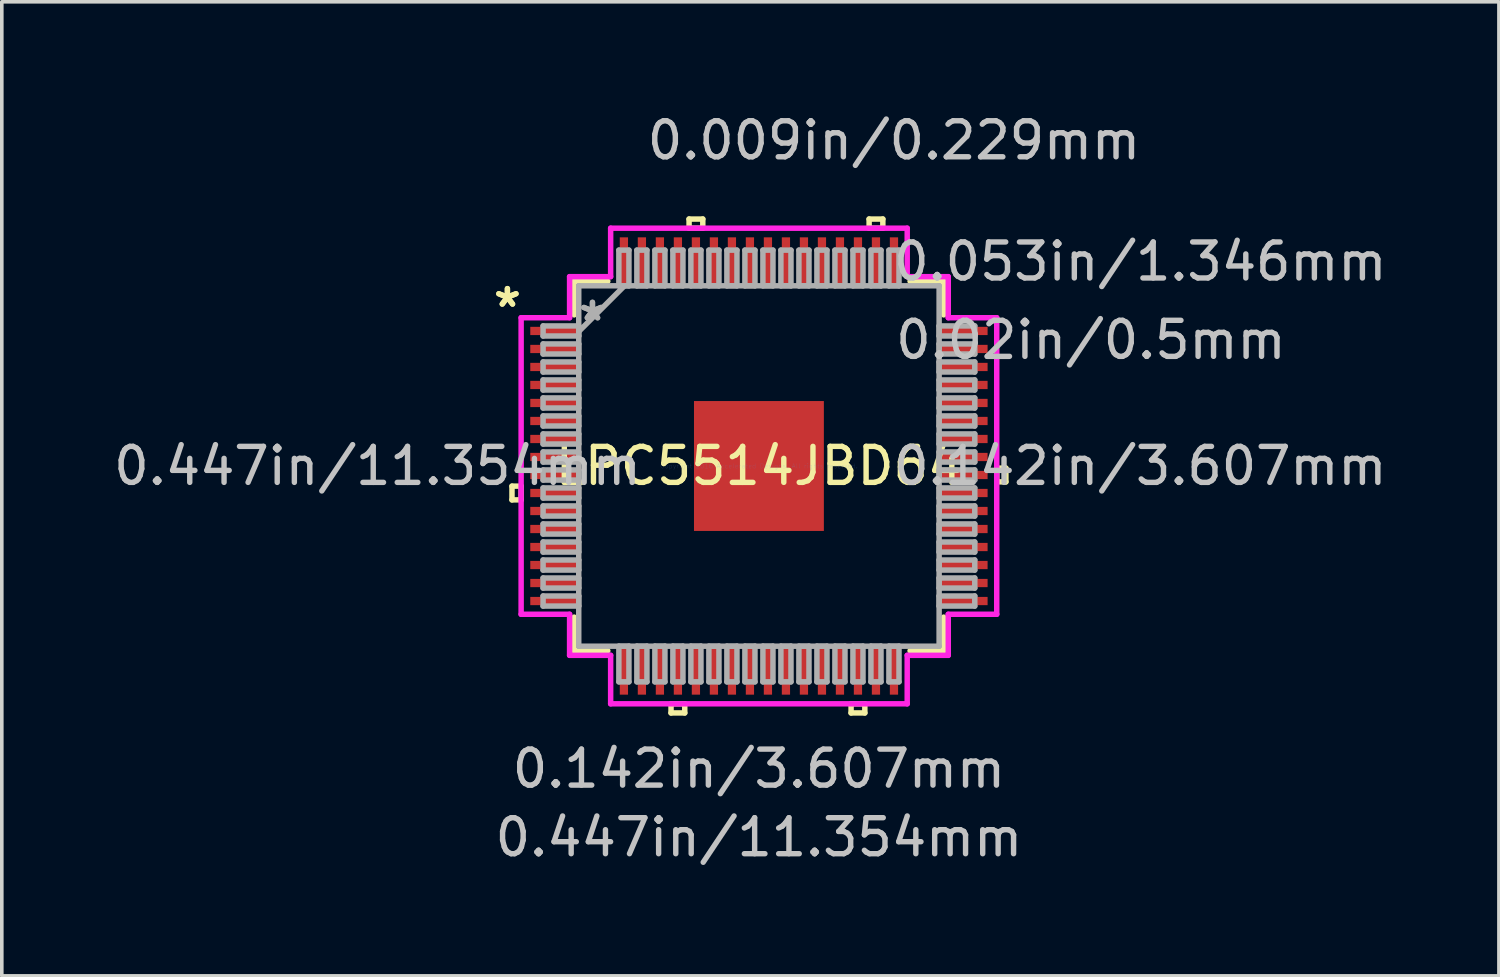
<source format=kicad_pcb>
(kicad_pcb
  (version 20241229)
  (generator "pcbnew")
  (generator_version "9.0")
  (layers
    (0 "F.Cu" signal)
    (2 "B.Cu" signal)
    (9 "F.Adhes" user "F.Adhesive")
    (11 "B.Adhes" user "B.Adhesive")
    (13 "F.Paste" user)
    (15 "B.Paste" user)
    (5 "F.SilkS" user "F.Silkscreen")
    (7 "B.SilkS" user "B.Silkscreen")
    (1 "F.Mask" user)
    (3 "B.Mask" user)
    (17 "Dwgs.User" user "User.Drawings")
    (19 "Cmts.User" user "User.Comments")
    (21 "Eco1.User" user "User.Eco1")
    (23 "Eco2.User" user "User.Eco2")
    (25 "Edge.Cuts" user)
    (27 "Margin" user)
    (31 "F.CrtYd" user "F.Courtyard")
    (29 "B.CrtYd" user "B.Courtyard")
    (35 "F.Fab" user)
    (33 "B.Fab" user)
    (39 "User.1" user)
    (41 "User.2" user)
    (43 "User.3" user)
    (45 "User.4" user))
  (footprint "LPC5514JBD64"
    (layer "F.Cu")
    (at 18.026 9.891)
    (property "Reference" "LPC5514JBD64" (at 0 0 0) (layer "F.SilkS") (effects (font (size 1 1) (thickness 0.15))))
    (attr through_hole)
    (fp_line (start -6.858 0.56) (end -6.858 0.941) (stroke (width 0.152) (type solid)) (layer "F.SilkS"))
    (fp_line (start -6.858 0.941) (end -6.604 0.941) (stroke (width 0.152) (type solid)) (layer "F.SilkS"))
    (fp_line (start -6.604 0.56) (end -6.858 0.56) (stroke (width 0.152) (type solid)) (layer "F.SilkS"))
    (fp_line (start -6.604 0.941) (end -6.604 0.56) (stroke (width 0.152) (type solid)) (layer "F.SilkS"))
    (fp_line (start -5.131 -5.131) (end -5.131 -4.197) (stroke (width 0.152) (type solid)) (layer "F.SilkS"))
    (fp_line (start -5.131 4.197) (end -5.131 5.131) (stroke (width 0.152) (type solid)) (layer "F.SilkS"))
    (fp_line (start -5.131 5.131) (end -4.197 5.131) (stroke (width 0.152) (type solid)) (layer "F.SilkS"))
    (fp_line (start -4.197 -5.131) (end -5.131 -5.131) (stroke (width 0.152) (type solid)) (layer "F.SilkS"))
    (fp_line (start -2.441 6.604) (end -2.441 6.858) (stroke (width 0.152) (type solid)) (layer "F.SilkS"))
    (fp_line (start -2.441 6.858) (end -2.06 6.858) (stroke (width 0.152) (type solid)) (layer "F.SilkS"))
    (fp_line (start -2.06 6.604) (end -2.441 6.604) (stroke (width 0.152) (type solid)) (layer "F.SilkS"))
    (fp_line (start -2.06 6.858) (end -2.06 6.604) (stroke (width 0.152) (type solid)) (layer "F.SilkS"))
    (fp_line (start -1.94 -6.858) (end -1.559 -6.858) (stroke (width 0.152) (type solid)) (layer "F.SilkS"))
    (fp_line (start -1.94 -6.604) (end -1.94 -6.858) (stroke (width 0.152) (type solid)) (layer "F.SilkS"))
    (fp_line (start -1.559 -6.858) (end -1.559 -6.604) (stroke (width 0.152) (type solid)) (layer "F.SilkS"))
    (fp_line (start -1.559 -6.604) (end -1.94 -6.604) (stroke (width 0.152) (type solid)) (layer "F.SilkS"))
    (fp_line (start 2.559 6.604) (end 2.559 6.858) (stroke (width 0.152) (type solid)) (layer "F.SilkS"))
    (fp_line (start 2.559 6.858) (end 2.941 6.858) (stroke (width 0.152) (type solid)) (layer "F.SilkS"))
    (fp_line (start 2.941 6.604) (end 2.559 6.604) (stroke (width 0.152) (type solid)) (layer "F.SilkS"))
    (fp_line (start 2.941 6.858) (end 2.941 6.604) (stroke (width 0.152) (type solid)) (layer "F.SilkS"))
    (fp_line (start 3.06 -6.858) (end 3.441 -6.858) (stroke (width 0.152) (type solid)) (layer "F.SilkS"))
    (fp_line (start 3.06 -6.604) (end 3.06 -6.858) (stroke (width 0.152) (type solid)) (layer "F.SilkS"))
    (fp_line (start 3.441 -6.858) (end 3.441 -6.604) (stroke (width 0.152) (type solid)) (layer "F.SilkS"))
    (fp_line (start 3.441 -6.604) (end 3.06 -6.604) (stroke (width 0.152) (type solid)) (layer "F.SilkS"))
    (fp_line (start 4.197 5.131) (end 5.131 5.131) (stroke (width 0.152) (type solid)) (layer "F.SilkS"))
    (fp_line (start 5.131 -5.131) (end 4.197 -5.131) (stroke (width 0.152) (type solid)) (layer "F.SilkS"))
    (fp_line (start 5.131 -4.197) (end 5.131 -5.131) (stroke (width 0.152) (type solid)) (layer "F.SilkS"))
    (fp_line (start 5.131 5.131) (end 5.131 4.197) (stroke (width 0.152) (type solid)) (layer "F.SilkS"))
    (fp_line (start 6.604 0.059) (end 6.858 0.059) (stroke (width 0.152) (type solid)) (layer "F.SilkS"))
    (fp_line (start 6.604 0.441) (end 6.604 0.059) (stroke (width 0.152) (type solid)) (layer "F.SilkS"))
    (fp_line (start 6.858 0.059) (end 6.858 0.441) (stroke (width 0.152) (type solid)) (layer "F.SilkS"))
    (fp_line (start 6.858 0.441) (end 6.604 0.441) (stroke (width 0.152) (type solid)) (layer "F.SilkS"))
    (fp_line (start -1.703 -1.703) (end -1.703 -0.1) (stroke (width 0.152) (type solid)) (layer "F.Paste"))
    (fp_line (start -1.703 -0.1) (end -0.1 -0.1) (stroke (width 0.152) (type solid)) (layer "F.Paste"))
    (fp_line (start -1.703 0.1) (end -1.703 1.703) (stroke (width 0.152) (type solid)) (layer "F.Paste"))
    (fp_line (start -1.703 1.703) (end -0.1 1.703) (stroke (width 0.152) (type solid)) (layer "F.Paste"))
    (fp_line (start -0.1 -1.703) (end -1.703 -1.703) (stroke (width 0.152) (type solid)) (layer "F.Paste"))
    (fp_line (start -0.1 -0.1) (end -0.1 -1.703) (stroke (width 0.152) (type solid)) (layer "F.Paste"))
    (fp_line (start -0.1 0.1) (end -1.703 0.1) (stroke (width 0.152) (type solid)) (layer "F.Paste"))
    (fp_line (start -0.1 1.703) (end -0.1 0.1) (stroke (width 0.152) (type solid)) (layer "F.Paste"))
    (fp_line (start 0.1 -1.703) (end 0.1 -0.1) (stroke (width 0.152) (type solid)) (layer "F.Paste"))
    (fp_line (start 0.1 -0.1) (end 1.703 -0.1) (stroke (width 0.152) (type solid)) (layer "F.Paste"))
    (fp_line (start 0.1 0.1) (end 0.1 1.703) (stroke (width 0.152) (type solid)) (layer "F.Paste"))
    (fp_line (start 0.1 1.703) (end 1.703 1.703) (stroke (width 0.152) (type solid)) (layer "F.Paste"))
    (fp_line (start 1.703 -1.703) (end 0.1 -1.703) (stroke (width 0.152) (type solid)) (layer "F.Paste"))
    (fp_line (start 1.703 -0.1) (end 1.703 -1.703) (stroke (width 0.152) (type solid)) (layer "F.Paste"))
    (fp_line (start 1.703 0.1) (end 0.1 0.1) (stroke (width 0.152) (type solid)) (layer "F.Paste"))
    (fp_line (start 1.703 1.703) (end 1.703 0.1) (stroke (width 0.152) (type solid)) (layer "F.Paste"))
    (fp_line (start -6.604 -4.118) (end -5.258 -4.118) (stroke (width 0.152) (type solid)) (layer "F.CrtYd"))
    (fp_line (start -6.604 4.118) (end -6.604 -4.118) (stroke (width 0.152) (type solid)) (layer "F.CrtYd"))
    (fp_line (start -5.258 -5.258) (end -4.118 -5.258) (stroke (width 0.152) (type solid)) (layer "F.CrtYd"))
    (fp_line (start -5.258 -4.118) (end -5.258 -5.258) (stroke (width 0.152) (type solid)) (layer "F.CrtYd"))
    (fp_line (start -5.258 4.118) (end -6.604 4.118) (stroke (width 0.152) (type solid)) (layer "F.CrtYd"))
    (fp_line (start -5.258 5.258) (end -5.258 4.118) (stroke (width 0.152) (type solid)) (layer "F.CrtYd"))
    (fp_line (start -4.118 -6.604) (end 4.118 -6.604) (stroke (width 0.152) (type solid)) (layer "F.CrtYd"))
    (fp_line (start -4.118 -5.258) (end -4.118 -6.604) (stroke (width 0.152) (type solid)) (layer "F.CrtYd"))
    (fp_line (start -4.118 5.258) (end -5.258 5.258) (stroke (width 0.152) (type solid)) (layer "F.CrtYd"))
    (fp_line (start -4.118 6.604) (end -4.118 5.258) (stroke (width 0.152) (type solid)) (layer "F.CrtYd"))
    (fp_line (start 4.118 -6.604) (end 4.118 -5.258) (stroke (width 0.152) (type solid)) (layer "F.CrtYd"))
    (fp_line (start 4.118 -5.258) (end 5.258 -5.258) (stroke (width 0.152) (type solid)) (layer "F.CrtYd"))
    (fp_line (start 4.118 5.258) (end 4.118 6.604) (stroke (width 0.152) (type solid)) (layer "F.CrtYd"))
    (fp_line (start 4.118 6.604) (end -4.118 6.604) (stroke (width 0.152) (type solid)) (layer "F.CrtYd"))
    (fp_line (start 5.258 -5.258) (end 5.258 -4.118) (stroke (width 0.152) (type solid)) (layer "F.CrtYd"))
    (fp_line (start 5.258 -4.118) (end 6.604 -4.118) (stroke (width 0.152) (type solid)) (layer "F.CrtYd"))
    (fp_line (start 5.258 4.118) (end 5.258 5.258) (stroke (width 0.152) (type solid)) (layer "F.CrtYd"))
    (fp_line (start 5.258 5.258) (end 4.118 5.258) (stroke (width 0.152) (type solid)) (layer "F.CrtYd"))
    (fp_line (start 6.604 -4.118) (end 6.604 4.118) (stroke (width 0.152) (type solid)) (layer "F.CrtYd"))
    (fp_line (start 6.604 4.118) (end 5.258 4.118) (stroke (width 0.152) (type solid)) (layer "F.CrtYd"))
    (fp_line (start -5.994 -3.89) (end -5.994 -3.61) (stroke (width 0.152) (type solid)) (layer "F.Fab"))
    (fp_line (start -5.994 -3.61) (end -5.004 -3.61) (stroke (width 0.152) (type solid)) (layer "F.Fab"))
    (fp_line (start -5.994 -3.39) (end -5.994 -3.11) (stroke (width 0.152) (type solid)) (layer "F.Fab"))
    (fp_line (start -5.994 -3.11) (end -5.004 -3.11) (stroke (width 0.152) (type solid)) (layer "F.Fab"))
    (fp_line (start -5.994 -2.89) (end -5.994 -2.61) (stroke (width 0.152) (type solid)) (layer "F.Fab"))
    (fp_line (start -5.994 -2.61) (end -5.004 -2.61) (stroke (width 0.152) (type solid)) (layer "F.Fab"))
    (fp_line (start -5.994 -2.39) (end -5.994 -2.11) (stroke (width 0.152) (type solid)) (layer "F.Fab"))
    (fp_line (start -5.994 -2.11) (end -5.004 -2.11) (stroke (width 0.152) (type solid)) (layer "F.Fab"))
    (fp_line (start -5.994 -1.89) (end -5.994 -1.61) (stroke (width 0.152) (type solid)) (layer "F.Fab"))
    (fp_line (start -5.994 -1.61) (end -5.004 -1.61) (stroke (width 0.152) (type solid)) (layer "F.Fab"))
    (fp_line (start -5.994 -1.39) (end -5.994 -1.11) (stroke (width 0.152) (type solid)) (layer "F.Fab"))
    (fp_line (start -5.994 -1.11) (end -5.004 -1.11) (stroke (width 0.152) (type solid)) (layer "F.Fab"))
    (fp_line (start -5.994 -0.89) (end -5.994 -0.61) (stroke (width 0.152) (type solid)) (layer "F.Fab"))
    (fp_line (start -5.994 -0.61) (end -5.004 -0.61) (stroke (width 0.152) (type solid)) (layer "F.Fab"))
    (fp_line (start -5.994 -0.39) (end -5.994 -0.11) (stroke (width 0.152) (type solid)) (layer "F.Fab"))
    (fp_line (start -5.994 -0.11) (end -5.004 -0.11) (stroke (width 0.152) (type solid)) (layer "F.Fab"))
    (fp_line (start -5.994 0.11) (end -5.994 0.39) (stroke (width 0.152) (type solid)) (layer "F.Fab"))
    (fp_line (start -5.994 0.39) (end -5.004 0.39) (stroke (width 0.152) (type solid)) (layer "F.Fab"))
    (fp_line (start -5.994 0.61) (end -5.994 0.89) (stroke (width 0.152) (type solid)) (layer "F.Fab"))
    (fp_line (start -5.994 0.89) (end -5.004 0.89) (stroke (width 0.152) (type solid)) (layer "F.Fab"))
    (fp_line (start -5.994 1.11) (end -5.994 1.39) (stroke (width 0.152) (type solid)) (layer "F.Fab"))
    (fp_line (start -5.994 1.39) (end -5.004 1.39) (stroke (width 0.152) (type solid)) (layer "F.Fab"))
    (fp_line (start -5.994 1.61) (end -5.994 1.89) (stroke (width 0.152) (type solid)) (layer "F.Fab"))
    (fp_line (start -5.994 1.89) (end -5.004 1.89) (stroke (width 0.152) (type solid)) (layer "F.Fab"))
    (fp_line (start -5.994 2.11) (end -5.994 2.39) (stroke (width 0.152) (type solid)) (layer "F.Fab"))
    (fp_line (start -5.994 2.39) (end -5.004 2.39) (stroke (width 0.152) (type solid)) (layer "F.Fab"))
    (fp_line (start -5.994 2.61) (end -5.994 2.89) (stroke (width 0.152) (type solid)) (layer "F.Fab"))
    (fp_line (start -5.994 2.89) (end -5.004 2.89) (stroke (width 0.152) (type solid)) (layer "F.Fab"))
    (fp_line (start -5.994 3.11) (end -5.994 3.39) (stroke (width 0.152) (type solid)) (layer "F.Fab"))
    (fp_line (start -5.994 3.39) (end -5.004 3.39) (stroke (width 0.152) (type solid)) (layer "F.Fab"))
    (fp_line (start -5.994 3.61) (end -5.994 3.89) (stroke (width 0.152) (type solid)) (layer "F.Fab"))
    (fp_line (start -5.994 3.89) (end -5.004 3.89) (stroke (width 0.152) (type solid)) (layer "F.Fab"))
    (fp_line (start -5.004 -5.004) (end -5.004 -5.004) (stroke (width 0.152) (type solid)) (layer "F.Fab"))
    (fp_line (start -5.004 -5.004) (end -5.004 5.004) (stroke (width 0.152) (type solid)) (layer "F.Fab"))
    (fp_line (start -5.004 -3.89) (end -5.994 -3.89) (stroke (width 0.152) (type solid)) (layer "F.Fab"))
    (fp_line (start -5.004 -3.734) (end -3.734 -5.004) (stroke (width 0.152) (type solid)) (layer "F.Fab"))
    (fp_line (start -5.004 -3.61) (end -5.004 -3.89) (stroke (width 0.152) (type solid)) (layer "F.Fab"))
    (fp_line (start -5.004 -3.39) (end -5.994 -3.39) (stroke (width 0.152) (type solid)) (layer "F.Fab"))
    (fp_line (start -5.004 -3.11) (end -5.004 -3.39) (stroke (width 0.152) (type solid)) (layer "F.Fab"))
    (fp_line (start -5.004 -2.89) (end -5.994 -2.89) (stroke (width 0.152) (type solid)) (layer "F.Fab"))
    (fp_line (start -5.004 -2.61) (end -5.004 -2.89) (stroke (width 0.152) (type solid)) (layer "F.Fab"))
    (fp_line (start -5.004 -2.39) (end -5.994 -2.39) (stroke (width 0.152) (type solid)) (layer "F.Fab"))
    (fp_line (start -5.004 -2.11) (end -5.004 -2.39) (stroke (width 0.152) (type solid)) (layer "F.Fab"))
    (fp_line (start -5.004 -1.89) (end -5.994 -1.89) (stroke (width 0.152) (type solid)) (layer "F.Fab"))
    (fp_line (start -5.004 -1.61) (end -5.004 -1.89) (stroke (width 0.152) (type solid)) (layer "F.Fab"))
    (fp_line (start -5.004 -1.39) (end -5.994 -1.39) (stroke (width 0.152) (type solid)) (layer "F.Fab"))
    (fp_line (start -5.004 -1.11) (end -5.004 -1.39) (stroke (width 0.152) (type solid)) (layer "F.Fab"))
    (fp_line (start -5.004 -0.89) (end -5.994 -0.89) (stroke (width 0.152) (type solid)) (layer "F.Fab"))
    (fp_line (start -5.004 -0.61) (end -5.004 -0.89) (stroke (width 0.152) (type solid)) (layer "F.Fab"))
    (fp_line (start -5.004 -0.39) (end -5.994 -0.39) (stroke (width 0.152) (type solid)) (layer "F.Fab"))
    (fp_line (start -5.004 -0.11) (end -5.004 -0.39) (stroke (width 0.152) (type solid)) (layer "F.Fab"))
    (fp_line (start -5.004 0.11) (end -5.994 0.11) (stroke (width 0.152) (type solid)) (layer "F.Fab"))
    (fp_line (start -5.004 0.39) (end -5.004 0.11) (stroke (width 0.152) (type solid)) (layer "F.Fab"))
    (fp_line (start -5.004 0.61) (end -5.994 0.61) (stroke (width 0.152) (type solid)) (layer "F.Fab"))
    (fp_line (start -5.004 0.89) (end -5.004 0.61) (stroke (width 0.152) (type solid)) (layer "F.Fab"))
    (fp_line (start -5.004 1.11) (end -5.994 1.11) (stroke (width 0.152) (type solid)) (layer "F.Fab"))
    (fp_line (start -5.004 1.39) (end -5.004 1.11) (stroke (width 0.152) (type solid)) (layer "F.Fab"))
    (fp_line (start -5.004 1.61) (end -5.994 1.61) (stroke (width 0.152) (type solid)) (layer "F.Fab"))
    (fp_line (start -5.004 1.89) (end -5.004 1.61) (stroke (width 0.152) (type solid)) (layer "F.Fab"))
    (fp_line (start -5.004 2.11) (end -5.994 2.11) (stroke (width 0.152) (type solid)) (layer "F.Fab"))
    (fp_line (start -5.004 2.39) (end -5.004 2.11) (stroke (width 0.152) (type solid)) (layer "F.Fab"))
    (fp_line (start -5.004 2.61) (end -5.994 2.61) (stroke (width 0.152) (type solid)) (layer "F.Fab"))
    (fp_line (start -5.004 2.89) (end -5.004 2.61) (stroke (width 0.152) (type solid)) (layer "F.Fab"))
    (fp_line (start -5.004 3.11) (end -5.994 3.11) (stroke (width 0.152) (type solid)) (layer "F.Fab"))
    (fp_line (start -5.004 3.39) (end -5.004 3.11) (stroke (width 0.152) (type solid)) (layer "F.Fab"))
    (fp_line (start -5.004 3.61) (end -5.994 3.61) (stroke (width 0.152) (type solid)) (layer "F.Fab"))
    (fp_line (start -5.004 3.89) (end -5.004 3.61) (stroke (width 0.152) (type solid)) (layer "F.Fab"))
    (fp_line (start -5.004 5.004) (end -5.004 5.004) (stroke (width 0.152) (type solid)) (layer "F.Fab"))
    (fp_line (start -5.004 5.004) (end 5.004 5.004) (stroke (width 0.152) (type solid)) (layer "F.Fab"))
    (fp_line (start -3.89 -5.994) (end -3.89 -5.004) (stroke (width 0.152) (type solid)) (layer "F.Fab"))
    (fp_line (start -3.89 -5.004) (end -3.61 -5.004) (stroke (width 0.152) (type solid)) (layer "F.Fab"))
    (fp_line (start -3.89 5.004) (end -3.89 5.994) (stroke (width 0.152) (type solid)) (layer "F.Fab"))
    (fp_line (start -3.89 5.994) (end -3.61 5.994) (stroke (width 0.152) (type solid)) (layer "F.Fab"))
    (fp_line (start -3.61 -5.994) (end -3.89 -5.994) (stroke (width 0.152) (type solid)) (layer "F.Fab"))
    (fp_line (start -3.61 -5.004) (end -3.61 -5.994) (stroke (width 0.152) (type solid)) (layer "F.Fab"))
    (fp_line (start -3.61 5.004) (end -3.89 5.004) (stroke (width 0.152) (type solid)) (layer "F.Fab"))
    (fp_line (start -3.61 5.994) (end -3.61 5.004) (stroke (width 0.152) (type solid)) (layer "F.Fab"))
    (fp_line (start -3.39 -5.994) (end -3.39 -5.004) (stroke (width 0.152) (type solid)) (layer "F.Fab"))
    (fp_line (start -3.39 -5.004) (end -3.11 -5.004) (stroke (width 0.152) (type solid)) (layer "F.Fab"))
    (fp_line (start -3.39 5.004) (end -3.39 5.994) (stroke (width 0.152) (type solid)) (layer "F.Fab"))
    (fp_line (start -3.39 5.994) (end -3.11 5.994) (stroke (width 0.152) (type solid)) (layer "F.Fab"))
    (fp_line (start -3.11 -5.994) (end -3.39 -5.994) (stroke (width 0.152) (type solid)) (layer "F.Fab"))
    (fp_line (start -3.11 -5.004) (end -3.11 -5.994) (stroke (width 0.152) (type solid)) (layer "F.Fab"))
    (fp_line (start -3.11 5.004) (end -3.39 5.004) (stroke (width 0.152) (type solid)) (layer "F.Fab"))
    (fp_line (start -3.11 5.994) (end -3.11 5.004) (stroke (width 0.152) (type solid)) (layer "F.Fab"))
    (fp_line (start -2.89 -5.994) (end -2.89 -5.004) (stroke (width 0.152) (type solid)) (layer "F.Fab"))
    (fp_line (start -2.89 -5.004) (end -2.61 -5.004) (stroke (width 0.152) (type solid)) (layer "F.Fab"))
    (fp_line (start -2.89 5.004) (end -2.89 5.994) (stroke (width 0.152) (type solid)) (layer "F.Fab"))
    (fp_line (start -2.89 5.994) (end -2.61 5.994) (stroke (width 0.152) (type solid)) (layer "F.Fab"))
    (fp_line (start -2.61 -5.994) (end -2.89 -5.994) (stroke (width 0.152) (type solid)) (layer "F.Fab"))
    (fp_line (start -2.61 -5.004) (end -2.61 -5.994) (stroke (width 0.152) (type solid)) (layer "F.Fab"))
    (fp_line (start -2.61 5.004) (end -2.89 5.004) (stroke (width 0.152) (type solid)) (layer "F.Fab"))
    (fp_line (start -2.61 5.994) (end -2.61 5.004) (stroke (width 0.152) (type solid)) (layer "F.Fab"))
    (fp_line (start -2.39 -5.994) (end -2.39 -5.004) (stroke (width 0.152) (type solid)) (layer "F.Fab"))
    (fp_line (start -2.39 -5.004) (end -2.11 -5.004) (stroke (width 0.152) (type solid)) (layer "F.Fab"))
    (fp_line (start -2.39 5.004) (end -2.39 5.994) (stroke (width 0.152) (type solid)) (layer "F.Fab"))
    (fp_line (start -2.39 5.994) (end -2.11 5.994) (stroke (width 0.152) (type solid)) (layer "F.Fab"))
    (fp_line (start -2.11 -5.994) (end -2.39 -5.994) (stroke (width 0.152) (type solid)) (layer "F.Fab"))
    (fp_line (start -2.11 -5.004) (end -2.11 -5.994) (stroke (width 0.152) (type solid)) (layer "F.Fab"))
    (fp_line (start -2.11 5.004) (end -2.39 5.004) (stroke (width 0.152) (type solid)) (layer "F.Fab"))
    (fp_line (start -2.11 5.994) (end -2.11 5.004) (stroke (width 0.152) (type solid)) (layer "F.Fab"))
    (fp_line (start -1.89 -5.994) (end -1.89 -5.004) (stroke (width 0.152) (type solid)) (layer "F.Fab"))
    (fp_line (start -1.89 -5.004) (end -1.61 -5.004) (stroke (width 0.152) (type solid)) (layer "F.Fab"))
    (fp_line (start -1.89 5.004) (end -1.89 5.994) (stroke (width 0.152) (type solid)) (layer "F.Fab"))
    (fp_line (start -1.89 5.994) (end -1.61 5.994) (stroke (width 0.152) (type solid)) (layer "F.Fab"))
    (fp_line (start -1.61 -5.994) (end -1.89 -5.994) (stroke (width 0.152) (type solid)) (layer "F.Fab"))
    (fp_line (start -1.61 -5.004) (end -1.61 -5.994) (stroke (width 0.152) (type solid)) (layer "F.Fab"))
    (fp_line (start -1.61 5.004) (end -1.89 5.004) (stroke (width 0.152) (type solid)) (layer "F.Fab"))
    (fp_line (start -1.61 5.994) (end -1.61 5.004) (stroke (width 0.152) (type solid)) (layer "F.Fab"))
    (fp_line (start -1.39 -5.994) (end -1.39 -5.004) (stroke (width 0.152) (type solid)) (layer "F.Fab"))
    (fp_line (start -1.39 -5.004) (end -1.11 -5.004) (stroke (width 0.152) (type solid)) (layer "F.Fab"))
    (fp_line (start -1.39 5.004) (end -1.39 5.994) (stroke (width 0.152) (type solid)) (layer "F.Fab"))
    (fp_line (start -1.39 5.994) (end -1.11 5.994) (stroke (width 0.152) (type solid)) (layer "F.Fab"))
    (fp_line (start -1.11 -5.994) (end -1.39 -5.994) (stroke (width 0.152) (type solid)) (layer "F.Fab"))
    (fp_line (start -1.11 -5.004) (end -1.11 -5.994) (stroke (width 0.152) (type solid)) (layer "F.Fab"))
    (fp_line (start -1.11 5.004) (end -1.39 5.004) (stroke (width 0.152) (type solid)) (layer "F.Fab"))
    (fp_line (start -1.11 5.994) (end -1.11 5.004) (stroke (width 0.152) (type solid)) (layer "F.Fab"))
    (fp_line (start -0.89 -5.994) (end -0.89 -5.004) (stroke (width 0.152) (type solid)) (layer "F.Fab"))
    (fp_line (start -0.89 -5.004) (end -0.61 -5.004) (stroke (width 0.152) (type solid)) (layer "F.Fab"))
    (fp_line (start -0.89 5.004) (end -0.89 5.994) (stroke (width 0.152) (type solid)) (layer "F.Fab"))
    (fp_line (start -0.89 5.994) (end -0.61 5.994) (stroke (width 0.152) (type solid)) (layer "F.Fab"))
    (fp_line (start -0.61 -5.994) (end -0.89 -5.994) (stroke (width 0.152) (type solid)) (layer "F.Fab"))
    (fp_line (start -0.61 -5.004) (end -0.61 -5.994) (stroke (width 0.152) (type solid)) (layer "F.Fab"))
    (fp_line (start -0.61 5.004) (end -0.89 5.004) (stroke (width 0.152) (type solid)) (layer "F.Fab"))
    (fp_line (start -0.61 5.994) (end -0.61 5.004) (stroke (width 0.152) (type solid)) (layer "F.Fab"))
    (fp_line (start -0.39 -5.994) (end -0.39 -5.004) (stroke (width 0.152) (type solid)) (layer "F.Fab"))
    (fp_line (start -0.39 -5.004) (end -0.11 -5.004) (stroke (width 0.152) (type solid)) (layer "F.Fab"))
    (fp_line (start -0.39 5.004) (end -0.39 5.994) (stroke (width 0.152) (type solid)) (layer "F.Fab"))
    (fp_line (start -0.39 5.994) (end -0.11 5.994) (stroke (width 0.152) (type solid)) (layer "F.Fab"))
    (fp_line (start -0.11 -5.994) (end -0.39 -5.994) (stroke (width 0.152) (type solid)) (layer "F.Fab"))
    (fp_line (start -0.11 -5.004) (end -0.11 -5.994) (stroke (width 0.152) (type solid)) (layer "F.Fab"))
    (fp_line (start -0.11 5.004) (end -0.39 5.004) (stroke (width 0.152) (type solid)) (layer "F.Fab"))
    (fp_line (start -0.11 5.994) (end -0.11 5.004) (stroke (width 0.152) (type solid)) (layer "F.Fab"))
    (fp_line (start 0.11 -5.994) (end 0.11 -5.004) (stroke (width 0.152) (type solid)) (layer "F.Fab"))
    (fp_line (start 0.11 -5.004) (end 0.39 -5.004) (stroke (width 0.152) (type solid)) (layer "F.Fab"))
    (fp_line (start 0.11 5.004) (end 0.11 5.994) (stroke (width 0.152) (type solid)) (layer "F.Fab"))
    (fp_line (start 0.11 5.994) (end 0.39 5.994) (stroke (width 0.152) (type solid)) (layer "F.Fab"))
    (fp_line (start 0.39 -5.994) (end 0.11 -5.994) (stroke (width 0.152) (type solid)) (layer "F.Fab"))
    (fp_line (start 0.39 -5.004) (end 0.39 -5.994) (stroke (width 0.152) (type solid)) (layer "F.Fab"))
    (fp_line (start 0.39 5.004) (end 0.11 5.004) (stroke (width 0.152) (type solid)) (layer "F.Fab"))
    (fp_line (start 0.39 5.994) (end 0.39 5.004) (stroke (width 0.152) (type solid)) (layer "F.Fab"))
    (fp_line (start 0.61 -5.994) (end 0.61 -5.004) (stroke (width 0.152) (type solid)) (layer "F.Fab"))
    (fp_line (start 0.61 -5.004) (end 0.89 -5.004) (stroke (width 0.152) (type solid)) (layer "F.Fab"))
    (fp_line (start 0.61 5.004) (end 0.61 5.994) (stroke (width 0.152) (type solid)) (layer "F.Fab"))
    (fp_line (start 0.61 5.994) (end 0.89 5.994) (stroke (width 0.152) (type solid)) (layer "F.Fab"))
    (fp_line (start 0.89 -5.994) (end 0.61 -5.994) (stroke (width 0.152) (type solid)) (layer "F.Fab"))
    (fp_line (start 0.89 -5.004) (end 0.89 -5.994) (stroke (width 0.152) (type solid)) (layer "F.Fab"))
    (fp_line (start 0.89 5.004) (end 0.61 5.004) (stroke (width 0.152) (type solid)) (layer "F.Fab"))
    (fp_line (start 0.89 5.994) (end 0.89 5.004) (stroke (width 0.152) (type solid)) (layer "F.Fab"))
    (fp_line (start 1.11 -5.994) (end 1.11 -5.004) (stroke (width 0.152) (type solid)) (layer "F.Fab"))
    (fp_line (start 1.11 -5.004) (end 1.39 -5.004) (stroke (width 0.152) (type solid)) (layer "F.Fab"))
    (fp_line (start 1.11 5.004) (end 1.11 5.994) (stroke (width 0.152) (type solid)) (layer "F.Fab"))
    (fp_line (start 1.11 5.994) (end 1.39 5.994) (stroke (width 0.152) (type solid)) (layer "F.Fab"))
    (fp_line (start 1.39 -5.994) (end 1.11 -5.994) (stroke (width 0.152) (type solid)) (layer "F.Fab"))
    (fp_line (start 1.39 -5.004) (end 1.39 -5.994) (stroke (width 0.152) (type solid)) (layer "F.Fab"))
    (fp_line (start 1.39 5.004) (end 1.11 5.004) (stroke (width 0.152) (type solid)) (layer "F.Fab"))
    (fp_line (start 1.39 5.994) (end 1.39 5.004) (stroke (width 0.152) (type solid)) (layer "F.Fab"))
    (fp_line (start 1.61 -5.994) (end 1.61 -5.004) (stroke (width 0.152) (type solid)) (layer "F.Fab"))
    (fp_line (start 1.61 -5.004) (end 1.89 -5.004) (stroke (width 0.152) (type solid)) (layer "F.Fab"))
    (fp_line (start 1.61 5.004) (end 1.61 5.994) (stroke (width 0.152) (type solid)) (layer "F.Fab"))
    (fp_line (start 1.61 5.994) (end 1.89 5.994) (stroke (width 0.152) (type solid)) (layer "F.Fab"))
    (fp_line (start 1.89 -5.994) (end 1.61 -5.994) (stroke (width 0.152) (type solid)) (layer "F.Fab"))
    (fp_line (start 1.89 -5.004) (end 1.89 -5.994) (stroke (width 0.152) (type solid)) (layer "F.Fab"))
    (fp_line (start 1.89 5.004) (end 1.61 5.004) (stroke (width 0.152) (type solid)) (layer "F.Fab"))
    (fp_line (start 1.89 5.994) (end 1.89 5.004) (stroke (width 0.152) (type solid)) (layer "F.Fab"))
    (fp_line (start 2.11 -5.994) (end 2.11 -5.004) (stroke (width 0.152) (type solid)) (layer "F.Fab"))
    (fp_line (start 2.11 -5.004) (end 2.39 -5.004) (stroke (width 0.152) (type solid)) (layer "F.Fab"))
    (fp_line (start 2.11 5.004) (end 2.11 5.994) (stroke (width 0.152) (type solid)) (layer "F.Fab"))
    (fp_line (start 2.11 5.994) (end 2.39 5.994) (stroke (width 0.152) (type solid)) (layer "F.Fab"))
    (fp_line (start 2.39 -5.994) (end 2.11 -5.994) (stroke (width 0.152) (type solid)) (layer "F.Fab"))
    (fp_line (start 2.39 -5.004) (end 2.39 -5.994) (stroke (width 0.152) (type solid)) (layer "F.Fab"))
    (fp_line (start 2.39 5.004) (end 2.11 5.004) (stroke (width 0.152) (type solid)) (layer "F.Fab"))
    (fp_line (start 2.39 5.994) (end 2.39 5.004) (stroke (width 0.152) (type solid)) (layer "F.Fab"))
    (fp_line (start 2.61 -5.994) (end 2.61 -5.004) (stroke (width 0.152) (type solid)) (layer "F.Fab"))
    (fp_line (start 2.61 -5.004) (end 2.89 -5.004) (stroke (width 0.152) (type solid)) (layer "F.Fab"))
    (fp_line (start 2.61 5.004) (end 2.61 5.994) (stroke (width 0.152) (type solid)) (layer "F.Fab"))
    (fp_line (start 2.61 5.994) (end 2.89 5.994) (stroke (width 0.152) (type solid)) (layer "F.Fab"))
    (fp_line (start 2.89 -5.994) (end 2.61 -5.994) (stroke (width 0.152) (type solid)) (layer "F.Fab"))
    (fp_line (start 2.89 -5.004) (end 2.89 -5.994) (stroke (width 0.152) (type solid)) (layer "F.Fab"))
    (fp_line (start 2.89 5.004) (end 2.61 5.004) (stroke (width 0.152) (type solid)) (layer "F.Fab"))
    (fp_line (start 2.89 5.994) (end 2.89 5.004) (stroke (width 0.152) (type solid)) (layer "F.Fab"))
    (fp_line (start 3.11 -5.994) (end 3.11 -5.004) (stroke (width 0.152) (type solid)) (layer "F.Fab"))
    (fp_line (start 3.11 -5.004) (end 3.39 -5.004) (stroke (width 0.152) (type solid)) (layer "F.Fab"))
    (fp_line (start 3.11 5.004) (end 3.11 5.994) (stroke (width 0.152) (type solid)) (layer "F.Fab"))
    (fp_line (start 3.11 5.994) (end 3.39 5.994) (stroke (width 0.152) (type solid)) (layer "F.Fab"))
    (fp_line (start 3.39 -5.994) (end 3.11 -5.994) (stroke (width 0.152) (type solid)) (layer "F.Fab"))
    (fp_line (start 3.39 -5.004) (end 3.39 -5.994) (stroke (width 0.152) (type solid)) (layer "F.Fab"))
    (fp_line (start 3.39 5.004) (end 3.11 5.004) (stroke (width 0.152) (type solid)) (layer "F.Fab"))
    (fp_line (start 3.39 5.994) (end 3.39 5.004) (stroke (width 0.152) (type solid)) (layer "F.Fab"))
    (fp_line (start 3.61 -5.994) (end 3.61 -5.004) (stroke (width 0.152) (type solid)) (layer "F.Fab"))
    (fp_line (start 3.61 -5.004) (end 3.89 -5.004) (stroke (width 0.152) (type solid)) (layer "F.Fab"))
    (fp_line (start 3.61 5.004) (end 3.61 5.994) (stroke (width 0.152) (type solid)) (layer "F.Fab"))
    (fp_line (start 3.61 5.994) (end 3.89 5.994) (stroke (width 0.152) (type solid)) (layer "F.Fab"))
    (fp_line (start 3.89 -5.994) (end 3.61 -5.994) (stroke (width 0.152) (type solid)) (layer "F.Fab"))
    (fp_line (start 3.89 -5.004) (end 3.89 -5.994) (stroke (width 0.152) (type solid)) (layer "F.Fab"))
    (fp_line (start 3.89 5.004) (end 3.61 5.004) (stroke (width 0.152) (type solid)) (layer "F.Fab"))
    (fp_line (start 3.89 5.994) (end 3.89 5.004) (stroke (width 0.152) (type solid)) (layer "F.Fab"))
    (fp_line (start 5.004 -5.004) (end -5.004 -5.004) (stroke (width 0.152) (type solid)) (layer "F.Fab"))
    (fp_line (start 5.004 -5.004) (end 5.004 -5.004) (stroke (width 0.152) (type solid)) (layer "F.Fab"))
    (fp_line (start 5.004 -3.89) (end 5.004 -3.61) (stroke (width 0.152) (type solid)) (layer "F.Fab"))
    (fp_line (start 5.004 -3.61) (end 5.994 -3.61) (stroke (width 0.152) (type solid)) (layer "F.Fab"))
    (fp_line (start 5.004 -3.39) (end 5.004 -3.11) (stroke (width 0.152) (type solid)) (layer "F.Fab"))
    (fp_line (start 5.004 -3.11) (end 5.994 -3.11) (stroke (width 0.152) (type solid)) (layer "F.Fab"))
    (fp_line (start 5.004 -2.89) (end 5.004 -2.61) (stroke (width 0.152) (type solid)) (layer "F.Fab"))
    (fp_line (start 5.004 -2.61) (end 5.994 -2.61) (stroke (width 0.152) (type solid)) (layer "F.Fab"))
    (fp_line (start 5.004 -2.39) (end 5.004 -2.11) (stroke (width 0.152) (type solid)) (layer "F.Fab"))
    (fp_line (start 5.004 -2.11) (end 5.994 -2.11) (stroke (width 0.152) (type solid)) (layer "F.Fab"))
    (fp_line (start 5.004 -1.89) (end 5.004 -1.61) (stroke (width 0.152) (type solid)) (layer "F.Fab"))
    (fp_line (start 5.004 -1.61) (end 5.994 -1.61) (stroke (width 0.152) (type solid)) (layer "F.Fab"))
    (fp_line (start 5.004 -1.39) (end 5.004 -1.11) (stroke (width 0.152) (type solid)) (layer "F.Fab"))
    (fp_line (start 5.004 -1.11) (end 5.994 -1.11) (stroke (width 0.152) (type solid)) (layer "F.Fab"))
    (fp_line (start 5.004 -0.89) (end 5.004 -0.61) (stroke (width 0.152) (type solid)) (layer "F.Fab"))
    (fp_line (start 5.004 -0.61) (end 5.994 -0.61) (stroke (width 0.152) (type solid)) (layer "F.Fab"))
    (fp_line (start 5.004 -0.39) (end 5.004 -0.11) (stroke (width 0.152) (type solid)) (layer "F.Fab"))
    (fp_line (start 5.004 -0.11) (end 5.994 -0.11) (stroke (width 0.152) (type solid)) (layer "F.Fab"))
    (fp_line (start 5.004 0.11) (end 5.004 0.39) (stroke (width 0.152) (type solid)) (layer "F.Fab"))
    (fp_line (start 5.004 0.39) (end 5.994 0.39) (stroke (width 0.152) (type solid)) (layer "F.Fab"))
    (fp_line (start 5.004 0.61) (end 5.004 0.89) (stroke (width 0.152) (type solid)) (layer "F.Fab"))
    (fp_line (start 5.004 0.89) (end 5.994 0.89) (stroke (width 0.152) (type solid)) (layer "F.Fab"))
    (fp_line (start 5.004 1.11) (end 5.004 1.39) (stroke (width 0.152) (type solid)) (layer "F.Fab"))
    (fp_line (start 5.004 1.39) (end 5.994 1.39) (stroke (width 0.152) (type solid)) (layer "F.Fab"))
    (fp_line (start 5.004 1.61) (end 5.004 1.89) (stroke (width 0.152) (type solid)) (layer "F.Fab"))
    (fp_line (start 5.004 1.89) (end 5.994 1.89) (stroke (width 0.152) (type solid)) (layer "F.Fab"))
    (fp_line (start 5.004 2.11) (end 5.004 2.39) (stroke (width 0.152) (type solid)) (layer "F.Fab"))
    (fp_line (start 5.004 2.39) (end 5.994 2.39) (stroke (width 0.152) (type solid)) (layer "F.Fab"))
    (fp_line (start 5.004 2.61) (end 5.004 2.89) (stroke (width 0.152) (type solid)) (layer "F.Fab"))
    (fp_line (start 5.004 2.89) (end 5.994 2.89) (stroke (width 0.152) (type solid)) (layer "F.Fab"))
    (fp_line (start 5.004 3.11) (end 5.004 3.39) (stroke (width 0.152) (type solid)) (layer "F.Fab"))
    (fp_line (start 5.004 3.39) (end 5.994 3.39) (stroke (width 0.152) (type solid)) (layer "F.Fab"))
    (fp_line (start 5.004 3.61) (end 5.004 3.89) (stroke (width 0.152) (type solid)) (layer "F.Fab"))
    (fp_line (start 5.004 3.89) (end 5.994 3.89) (stroke (width 0.152) (type solid)) (layer "F.Fab"))
    (fp_line (start 5.004 5.004) (end 5.004 -5.004) (stroke (width 0.152) (type solid)) (layer "F.Fab"))
    (fp_line (start 5.004 5.004) (end 5.004 5.004) (stroke (width 0.152) (type solid)) (layer "F.Fab"))
    (fp_line (start 5.994 -3.89) (end 5.004 -3.89) (stroke (width 0.152) (type solid)) (layer "F.Fab"))
    (fp_line (start 5.994 -3.61) (end 5.994 -3.89) (stroke (width 0.152) (type solid)) (layer "F.Fab"))
    (fp_line (start 5.994 -3.39) (end 5.004 -3.39) (stroke (width 0.152) (type solid)) (layer "F.Fab"))
    (fp_line (start 5.994 -3.11) (end 5.994 -3.39) (stroke (width 0.152) (type solid)) (layer "F.Fab"))
    (fp_line (start 5.994 -2.89) (end 5.004 -2.89) (stroke (width 0.152) (type solid)) (layer "F.Fab"))
    (fp_line (start 5.994 -2.61) (end 5.994 -2.89) (stroke (width 0.152) (type solid)) (layer "F.Fab"))
    (fp_line (start 5.994 -2.39) (end 5.004 -2.39) (stroke (width 0.152) (type solid)) (layer "F.Fab"))
    (fp_line (start 5.994 -2.11) (end 5.994 -2.39) (stroke (width 0.152) (type solid)) (layer "F.Fab"))
    (fp_line (start 5.994 -1.89) (end 5.004 -1.89) (stroke (width 0.152) (type solid)) (layer "F.Fab"))
    (fp_line (start 5.994 -1.61) (end 5.994 -1.89) (stroke (width 0.152) (type solid)) (layer "F.Fab"))
    (fp_line (start 5.994 -1.39) (end 5.004 -1.39) (stroke (width 0.152) (type solid)) (layer "F.Fab"))
    (fp_line (start 5.994 -1.11) (end 5.994 -1.39) (stroke (width 0.152) (type solid)) (layer "F.Fab"))
    (fp_line (start 5.994 -0.89) (end 5.004 -0.89) (stroke (width 0.152) (type solid)) (layer "F.Fab"))
    (fp_line (start 5.994 -0.61) (end 5.994 -0.89) (stroke (width 0.152) (type solid)) (layer "F.Fab"))
    (fp_line (start 5.994 -0.39) (end 5.004 -0.39) (stroke (width 0.152) (type solid)) (layer "F.Fab"))
    (fp_line (start 5.994 -0.11) (end 5.994 -0.39) (stroke (width 0.152) (type solid)) (layer "F.Fab"))
    (fp_line (start 5.994 0.11) (end 5.004 0.11) (stroke (width 0.152) (type solid)) (layer "F.Fab"))
    (fp_line (start 5.994 0.39) (end 5.994 0.11) (stroke (width 0.152) (type solid)) (layer "F.Fab"))
    (fp_line (start 5.994 0.61) (end 5.004 0.61) (stroke (width 0.152) (type solid)) (layer "F.Fab"))
    (fp_line (start 5.994 0.89) (end 5.994 0.61) (stroke (width 0.152) (type solid)) (layer "F.Fab"))
    (fp_line (start 5.994 1.11) (end 5.004 1.11) (stroke (width 0.152) (type solid)) (layer "F.Fab"))
    (fp_line (start 5.994 1.39) (end 5.994 1.11) (stroke (width 0.152) (type solid)) (layer "F.Fab"))
    (fp_line (start 5.994 1.61) (end 5.004 1.61) (stroke (width 0.152) (type solid)) (layer "F.Fab"))
    (fp_line (start 5.994 1.89) (end 5.994 1.61) (stroke (width 0.152) (type solid)) (layer "F.Fab"))
    (fp_line (start 5.994 2.11) (end 5.004 2.11) (stroke (width 0.152) (type solid)) (layer "F.Fab"))
    (fp_line (start 5.994 2.39) (end 5.994 2.11) (stroke (width 0.152) (type solid)) (layer "F.Fab"))
    (fp_line (start 5.994 2.61) (end 5.004 2.61) (stroke (width 0.152) (type solid)) (layer "F.Fab"))
    (fp_line (start 5.994 2.89) (end 5.994 2.61) (stroke (width 0.152) (type solid)) (layer "F.Fab"))
    (fp_line (start 5.994 3.11) (end 5.004 3.11) (stroke (width 0.152) (type solid)) (layer "F.Fab"))
    (fp_line (start 5.994 3.39) (end 5.994 3.11) (stroke (width 0.152) (type solid)) (layer "F.Fab"))
    (fp_line (start 5.994 3.61) (end 5.004 3.61) (stroke (width 0.152) (type solid)) (layer "F.Fab"))
    (fp_line (start 5.994 3.89) (end 5.994 3.61) (stroke (width 0.152) (type solid)) (layer "F.Fab"))
    (fp_text user "*" (at -6.985 -4.381 0) (layer "F.SilkS") (effects (font (size 1 1) (thickness 0.15))))
    (fp_text user "*" (at -6.985 -4.381 0) (layer "F.SilkS") (effects (font (size 1 1) (thickness 0.15))))
    (fp_text user "0.009in/0.229mm" (at 3.75 -9.042 0) (layer "Dwgs.User") (effects (font (size 1 1) (thickness 0.15))))
    (fp_text user "0.053in/1.346mm" (at 10.592 -5.677 0) (layer "Dwgs.User") (effects (font (size 1 1) (thickness 0.15))))
    (fp_text user "0.447in/11.354mm" (at 0 10.312 0) (layer "Dwgs.User") (effects (font (size 1 1) (thickness 0.15))))
    (fp_text user "0.142in/3.607mm" (at 0 8.407 0) (layer "Dwgs.User") (effects (font (size 1 1) (thickness 0.15))))
    (fp_text user "0.02in/0.5mm" (at 9.22 -3.5 0) (layer "Dwgs.User") (effects (font (size 1 1) (thickness 0.15))))
    (fp_text user "0.142in/3.607mm" (at 10.592 0 0) (layer "Dwgs.User") (effects (font (size 1 1) (thickness 0.15))))
    (fp_text user "0.447in/11.354mm" (at -10.592 0 0) (layer "Dwgs.User") (effects (font (size 1 1) (thickness 0.15))))
    (fp_text user "Copyright 2016 Accelerated Designs. All rights reserved." (at 0 0 0) (layer "Cmts.User") (effects (font (size 0.127 0.127) (thickness 0.002))))
    (fp_text user "*" (at -4.623 -4 0) (layer "F.Fab") (effects (font (size 1 1) (thickness 0.15))))
    (fp_text user "*" (at -4.623 -4 0) (layer "F.Fab") (effects (font (size 1 1) (thickness 0.15))))
    (pad "1" smd rect (at -5.677 -3.75 90) (size 0.229 1.346) (layers "F.Cu" "F.Mask" "F.Paste"))
    (pad "2" smd rect (at -5.677 -3.25 90) (size 0.229 1.346) (layers "F.Cu" "F.Mask" "F.Paste"))
    (pad "3" smd rect (at -5.677 -2.75 90) (size 0.229 1.346) (layers "F.Cu" "F.Mask" "F.Paste"))
    (pad "4" smd rect (at -5.677 -2.25 90) (size 0.229 1.346) (layers "F.Cu" "F.Mask" "F.Paste"))
    (pad "5" smd rect (at -5.677 -1.75 90) (size 0.229 1.346) (layers "F.Cu" "F.Mask" "F.Paste"))
    (pad "6" smd rect (at -5.677 -1.25 90) (size 0.229 1.346) (layers "F.Cu" "F.Mask" "F.Paste"))
    (pad "7" smd rect (at -5.677 -0.75 90) (size 0.229 1.346) (layers "F.Cu" "F.Mask" "F.Paste"))
    (pad "8" smd rect (at -5.677 -0.25 90) (size 0.229 1.346) (layers "F.Cu" "F.Mask" "F.Paste"))
    (pad "9" smd rect (at -5.677 0.25 90) (size 0.229 1.346) (layers "F.Cu" "F.Mask" "F.Paste"))
    (pad "10" smd rect (at -5.677 0.75 90) (size 0.229 1.346) (layers "F.Cu" "F.Mask" "F.Paste"))
    (pad "11" smd rect (at -5.677 1.25 90) (size 0.229 1.346) (layers "F.Cu" "F.Mask" "F.Paste"))
    (pad "12" smd rect (at -5.677 1.75 90) (size 0.229 1.346) (layers "F.Cu" "F.Mask" "F.Paste"))
    (pad "13" smd rect (at -5.677 2.25 90) (size 0.229 1.346) (layers "F.Cu" "F.Mask" "F.Paste"))
    (pad "14" smd rect (at -5.677 2.75 90) (size 0.229 1.346) (layers "F.Cu" "F.Mask" "F.Paste"))
    (pad "15" smd rect (at -5.677 3.25 90) (size 0.229 1.346) (layers "F.Cu" "F.Mask" "F.Paste"))
    (pad "16" smd rect (at -5.677 3.75 90) (size 0.229 1.346) (layers "F.Cu" "F.Mask" "F.Paste"))
    (pad "17" smd rect (at -3.75 5.677) (size 0.229 1.346) (layers "F.Cu" "F.Mask" "F.Paste"))
    (pad "18" smd rect (at -3.25 5.677) (size 0.229 1.346) (layers "F.Cu" "F.Mask" "F.Paste"))
    (pad "19" smd rect (at -2.75 5.677) (size 0.229 1.346) (layers "F.Cu" "F.Mask" "F.Paste"))
    (pad "20" smd rect (at -2.25 5.677) (size 0.229 1.346) (layers "F.Cu" "F.Mask" "F.Paste"))
    (pad "21" smd rect (at -1.75 5.677) (size 0.229 1.346) (layers "F.Cu" "F.Mask" "F.Paste"))
    (pad "22" smd rect (at -1.25 5.677) (size 0.229 1.346) (layers "F.Cu" "F.Mask" "F.Paste"))
    (pad "23" smd rect (at -0.75 5.677) (size 0.229 1.346) (layers "F.Cu" "F.Mask" "F.Paste"))
    (pad "24" smd rect (at -0.25 5.677) (size 0.229 1.346) (layers "F.Cu" "F.Mask" "F.Paste"))
    (pad "25" smd rect (at 0.25 5.677) (size 0.229 1.346) (layers "F.Cu" "F.Mask" "F.Paste"))
    (pad "26" smd rect (at 0.75 5.677) (size 0.229 1.346) (layers "F.Cu" "F.Mask" "F.Paste"))
    (pad "27" smd rect (at 1.25 5.677) (size 0.229 1.346) (layers "F.Cu" "F.Mask" "F.Paste"))
    (pad "28" smd rect (at 1.75 5.677) (size 0.229 1.346) (layers "F.Cu" "F.Mask" "F.Paste"))
    (pad "29" smd rect (at 2.25 5.677) (size 0.229 1.346) (layers "F.Cu" "F.Mask" "F.Paste"))
    (pad "30" smd rect (at 2.75 5.677) (size 0.229 1.346) (layers "F.Cu" "F.Mask" "F.Paste"))
    (pad "31" smd rect (at 3.25 5.677) (size 0.229 1.346) (layers "F.Cu" "F.Mask" "F.Paste"))
    (pad "32" smd rect (at 3.75 5.677) (size 0.229 1.346) (layers "F.Cu" "F.Mask" "F.Paste"))
    (pad "33" smd rect (at 5.677 3.75 90) (size 0.229 1.346) (layers "F.Cu" "F.Mask" "F.Paste"))
    (pad "34" smd rect (at 5.677 3.25 90) (size 0.229 1.346) (layers "F.Cu" "F.Mask" "F.Paste"))
    (pad "35" smd rect (at 5.677 2.75 90) (size 0.229 1.346) (layers "F.Cu" "F.Mask" "F.Paste"))
    (pad "36" smd rect (at 5.677 2.25 90) (size 0.229 1.346) (layers "F.Cu" "F.Mask" "F.Paste"))
    (pad "37" smd rect (at 5.677 1.75 90) (size 0.229 1.346) (layers "F.Cu" "F.Mask" "F.Paste"))
    (pad "38" smd rect (at 5.677 1.25 90) (size 0.229 1.346) (layers "F.Cu" "F.Mask" "F.Paste"))
    (pad "39" smd rect (at 5.677 0.75 90) (size 0.229 1.346) (layers "F.Cu" "F.Mask" "F.Paste"))
    (pad "40" smd rect (at 5.677 0.25 90) (size 0.229 1.346) (layers "F.Cu" "F.Mask" "F.Paste"))
    (pad "41" smd rect (at 5.677 -0.25 90) (size 0.229 1.346) (layers "F.Cu" "F.Mask" "F.Paste"))
    (pad "42" smd rect (at 5.677 -0.75 90) (size 0.229 1.346) (layers "F.Cu" "F.Mask" "F.Paste"))
    (pad "43" smd rect (at 5.677 -1.25 90) (size 0.229 1.346) (layers "F.Cu" "F.Mask" "F.Paste"))
    (pad "44" smd rect (at 5.677 -1.75 90) (size 0.229 1.346) (layers "F.Cu" "F.Mask" "F.Paste"))
    (pad "45" smd rect (at 5.677 -2.25 90) (size 0.229 1.346) (layers "F.Cu" "F.Mask" "F.Paste"))
    (pad "46" smd rect (at 5.677 -2.75 90) (size 0.229 1.346) (layers "F.Cu" "F.Mask" "F.Paste"))
    (pad "47" smd rect (at 5.677 -3.25 90) (size 0.229 1.346) (layers "F.Cu" "F.Mask" "F.Paste"))
    (pad "48" smd rect (at 5.677 -3.75 90) (size 0.229 1.346) (layers "F.Cu" "F.Mask" "F.Paste"))
    (pad "49" smd rect (at 3.75 -5.677) (size 0.229 1.346) (layers "F.Cu" "F.Mask" "F.Paste"))
    (pad "50" smd rect (at 3.25 -5.677) (size 0.229 1.346) (layers "F.Cu" "F.Mask" "F.Paste"))
    (pad "51" smd rect (at 2.75 -5.677) (size 0.229 1.346) (layers "F.Cu" "F.Mask" "F.Paste"))
    (pad "52" smd rect (at 2.25 -5.677) (size 0.229 1.346) (layers "F.Cu" "F.Mask" "F.Paste"))
    (pad "53" smd rect (at 1.75 -5.677) (size 0.229 1.346) (layers "F.Cu" "F.Mask" "F.Paste"))
    (pad "54" smd rect (at 1.25 -5.677) (size 0.229 1.346) (layers "F.Cu" "F.Mask" "F.Paste"))
    (pad "55" smd rect (at 0.75 -5.677) (size 0.229 1.346) (layers "F.Cu" "F.Mask" "F.Paste"))
    (pad "56" smd rect (at 0.25 -5.677) (size 0.229 1.346) (layers "F.Cu" "F.Mask" "F.Paste"))
    (pad "57" smd rect (at -0.25 -5.677) (size 0.229 1.346) (layers "F.Cu" "F.Mask" "F.Paste"))
    (pad "58" smd rect (at -0.75 -5.677) (size 0.229 1.346) (layers "F.Cu" "F.Mask" "F.Paste"))
    (pad "59" smd rect (at -1.25 -5.677) (size 0.229 1.346) (layers "F.Cu" "F.Mask" "F.Paste"))
    (pad "60" smd rect (at -1.75 -5.677) (size 0.229 1.346) (layers "F.Cu" "F.Mask" "F.Paste"))
    (pad "61" smd rect (at -2.25 -5.677) (size 0.229 1.346) (layers "F.Cu" "F.Mask" "F.Paste"))
    (pad "62" smd rect (at -2.75 -5.677) (size 0.229 1.346) (layers "F.Cu" "F.Mask" "F.Paste"))
    (pad "63" smd rect (at -3.25 -5.677) (size 0.229 1.346) (layers "F.Cu" "F.Mask" "F.Paste"))
    (pad "64" smd rect (at -3.75 -5.677) (size 0.229 1.346) (layers "F.Cu" "F.Mask" "F.Paste"))
    (pad "65" smd rect (at 0 0) (size 3.607 3.607) (layers "F.Cu" "F.Mask" "F.Paste")))
  (gr_rect
    (start -3 -3)
    (end 38.576 24.051)
    (stroke (width 0.1) (type default))
    (fill no)
    (layer "Edge.Cuts")))
</source>
